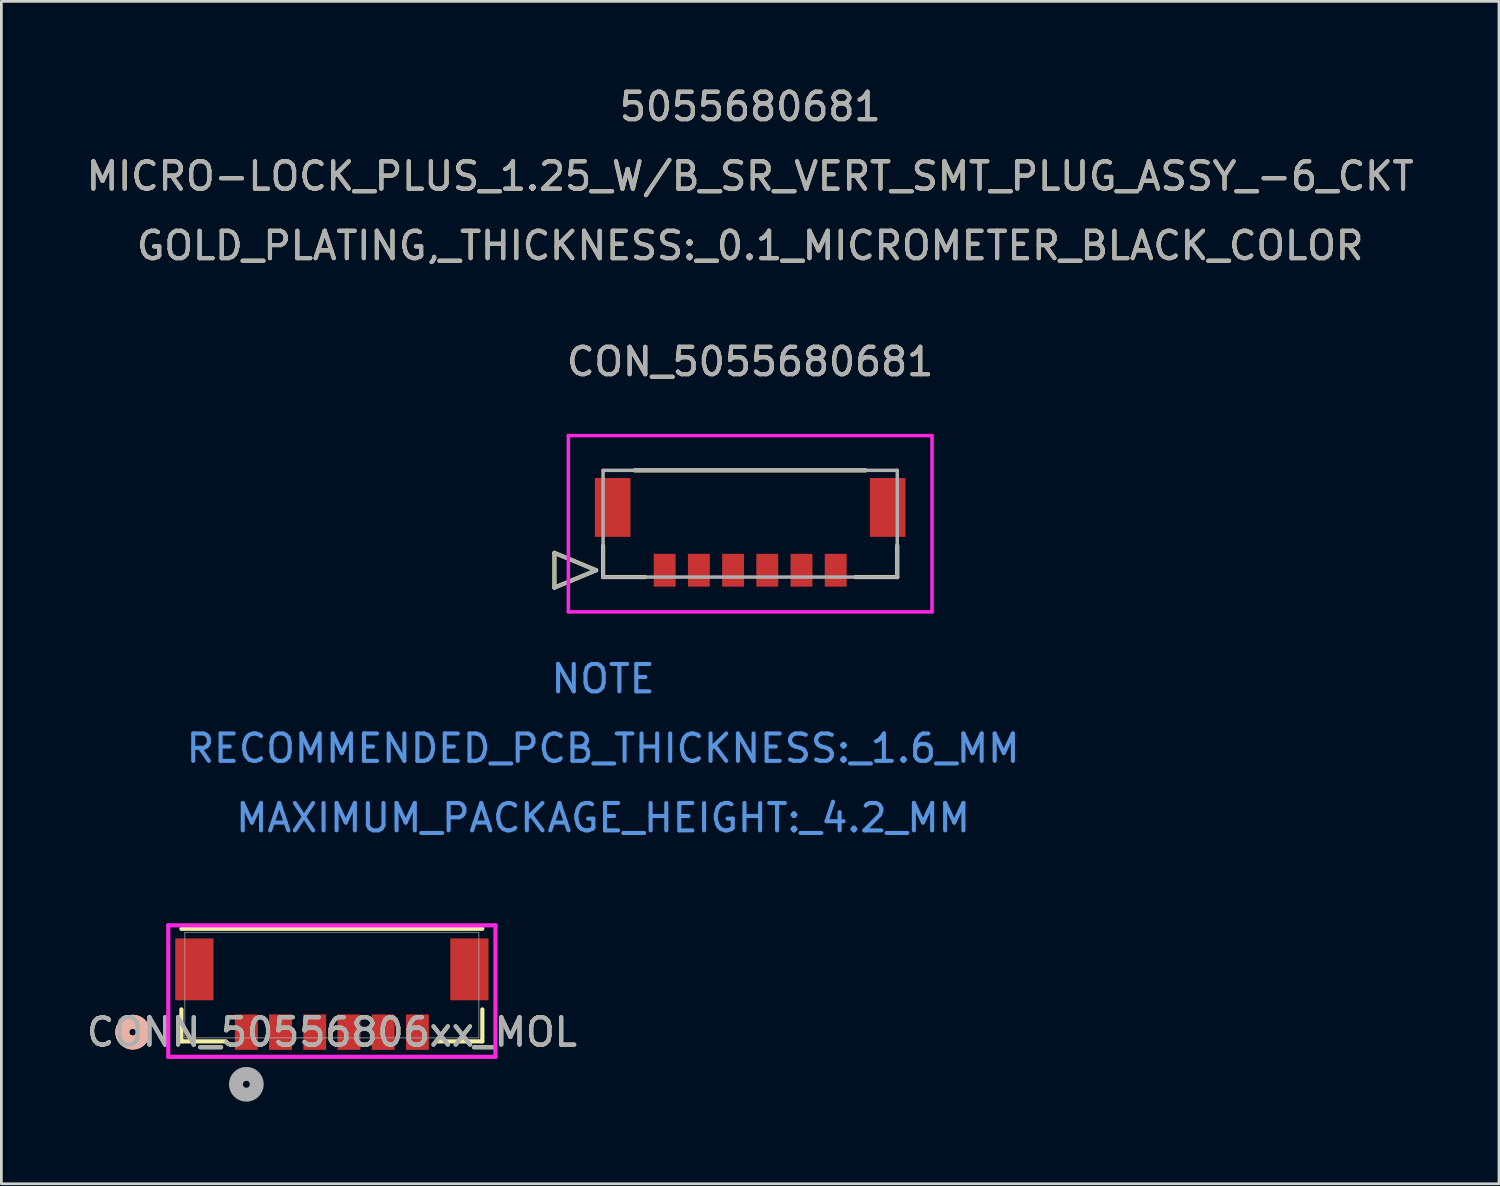
<source format=kicad_pcb>
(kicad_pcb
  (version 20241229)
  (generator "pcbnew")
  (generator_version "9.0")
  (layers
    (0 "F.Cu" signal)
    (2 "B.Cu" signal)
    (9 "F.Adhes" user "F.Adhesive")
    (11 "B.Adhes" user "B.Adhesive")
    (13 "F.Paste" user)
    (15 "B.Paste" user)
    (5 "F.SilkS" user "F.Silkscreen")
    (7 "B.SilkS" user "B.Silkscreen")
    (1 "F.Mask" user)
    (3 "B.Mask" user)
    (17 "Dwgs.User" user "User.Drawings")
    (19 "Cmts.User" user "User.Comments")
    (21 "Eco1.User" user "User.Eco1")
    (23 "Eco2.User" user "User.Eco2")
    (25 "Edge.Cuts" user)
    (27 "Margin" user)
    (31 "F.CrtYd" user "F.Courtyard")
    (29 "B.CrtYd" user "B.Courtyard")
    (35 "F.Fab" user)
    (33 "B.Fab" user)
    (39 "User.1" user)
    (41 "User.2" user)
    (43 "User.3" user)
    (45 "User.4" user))
  (footprint "CON_5055680681"
    (layer "F.Cu")
    (at 21.238 17.788)
    (property "Reference" "CON_5055680681" (at 3.125 -7.62 0) (unlocked yes) (layer "F.SilkS") (effects (font (size 1 1) (thickness 0.15))))
    (attr smd)
    (fp_line (start -4.028 -0.635) (end -4.028 0.635) (stroke (width 0.152) (type solid)) (layer "F.SilkS"))
    (fp_line (start -4.028 0.635) (end -2.504 0) (stroke (width 0.152) (type solid)) (layer "F.SilkS"))
    (fp_line (start -2.504 0) (end -4.028 -0.635) (stroke (width 0.152) (type solid)) (layer "F.SilkS"))
    (fp_line (start -2.25 -0.9) (end -2.25 0.25) (stroke (width 0.152) (type solid)) (layer "F.SilkS"))
    (fp_line (start -2.25 0.25) (end -0.72 0.25) (stroke (width 0.152) (type solid)) (layer "F.SilkS"))
    (fp_line (start 6.97 0.25) (end 8.5 0.25) (stroke (width 0.152) (type solid)) (layer "F.SilkS"))
    (fp_line (start 7.345 -3.65) (end -1.095 -3.65) (stroke (width 0.152) (type solid)) (layer "F.SilkS"))
    (fp_line (start 8.5 0.25) (end 8.5 -0.9) (stroke (width 0.152) (type solid)) (layer "F.SilkS"))
    (fp_line (start -3.52 -4.92) (end -3.52 1.52) (stroke (width 0.127) (type solid)) (layer "F.CrtYd"))
    (fp_line (start -3.52 1.52) (end 9.77 1.52) (stroke (width 0.127) (type solid)) (layer "F.CrtYd"))
    (fp_line (start 9.77 -4.92) (end -3.52 -4.92) (stroke (width 0.127) (type solid)) (layer "F.CrtYd"))
    (fp_line (start 9.77 1.52) (end 9.77 -4.92) (stroke (width 0.127) (type solid)) (layer "F.CrtYd"))
    (fp_line (start -4.028 -0.635) (end -4.028 0.635) (stroke (width 0.127) (type solid)) (layer "F.Fab"))
    (fp_line (start -4.028 0.635) (end -2.504 0) (stroke (width 0.127) (type solid)) (layer "F.Fab"))
    (fp_line (start -2.504 0) (end -4.028 -0.635) (stroke (width 0.127) (type solid)) (layer "F.Fab"))
    (fp_line (start -2.25 -3.65) (end -2.25 0.25) (stroke (width 0.127) (type solid)) (layer "F.Fab"))
    (fp_line (start -2.25 0.25) (end 8.5 0.25) (stroke (width 0.127) (type solid)) (layer "F.Fab"))
    (fp_line (start 8.5 -3.65) (end -2.25 -3.65) (stroke (width 0.127) (type solid)) (layer "F.Fab"))
    (fp_line (start 8.5 0.25) (end 8.5 -3.65) (stroke (width 0.127) (type solid)) (layer "F.Fab"))
    (fp_text user "GOLD_PLATING,_THICKNESS:_0.1_MICROMETER_BLACK_COLOR" (at 3.125 -11.86 0) (unlocked yes) (layer "F.SilkS") (effects (font (size 1 1) (thickness 0.15))))
    (fp_text user "MICRO-LOCK_PLUS_1.25_W/B_SR_VERT_SMT_PLUG_ASSY_-6_CKT" (at 3.125 -14.4 0) (unlocked yes) (layer "F.SilkS") (effects (font (size 1 1) (thickness 0.15))))
    (fp_text user "5055680681" (at 3.125 -16.94 0) (unlocked yes) (layer "F.SilkS") (effects (font (size 1 1) (thickness 0.15))))
    (fp_text user "NOTE" (at -2.25 3.97 0) (unlocked yes) (layer "Cmts.User") (effects (font (size 1 1) (thickness 0.15))))
    (fp_text user "MAXIMUM_PACKAGE_HEIGHT:_4.2_MM" (at -2.25 9.05 0) (unlocked yes) (layer "Cmts.User") (effects (font (size 1 1) (thickness 0.15))))
    (fp_text user "RECOMMENDED_PCB_THICKNESS:_1.6_MM" (at -2.25 6.51 0) (unlocked yes) (layer "Cmts.User") (effects (font (size 1 1) (thickness 0.15))))
    (fp_text user "GOLD_PLATING,_THICKNESS:_0.1_MICROMETER_BLACK_COLOR" (at 3.125 -11.86 0) (unlocked yes) (layer "F.Fab") (effects (font (size 1 1) (thickness 0.15))))
    (fp_text user "MICRO-LOCK_PLUS_1.25_W/B_SR_VERT_SMT_PLUG_ASSY_-6_CKT" (at 3.125 -14.4 0) (unlocked yes) (layer "F.Fab") (effects (font (size 1 1) (thickness 0.15))))
    (fp_text user "${REFERENCE}" (at 3.125 -7.62 0) (unlocked yes) (layer "F.Fab") (effects (font (size 1 1) (thickness 0.15))))
    (fp_text user "5055680681" (at 3.125 -16.94 0) (unlocked yes) (layer "F.Fab") (effects (font (size 1 1) (thickness 0.15))))
    (pad "1" smd rect (at 0 0) (size 0.8 1.2) (layers "F.Cu" "F.Mask" "F.Paste"))
    (pad "2" smd rect (at 1.25 0) (size 0.8 1.2) (layers "F.Cu" "F.Mask" "F.Paste"))
    (pad "3" smd rect (at 2.5 0) (size 0.8 1.2) (layers "F.Cu" "F.Mask" "F.Paste"))
    (pad "4" smd rect (at 3.75 0) (size 0.8 1.2) (layers "F.Cu" "F.Mask" "F.Paste"))
    (pad "5" smd rect (at 5 0) (size 0.8 1.2) (layers "F.Cu" "F.Mask" "F.Paste"))
    (pad "6" smd rect (at 6.25 0) (size 0.8 1.2) (layers "F.Cu" "F.Mask" "F.Paste"))
    (pad "7" smd rect (at -1.9 -2.295) (size 1.3 2.15) (layers "F.Cu" "F.Mask" "F.Paste"))
    (pad "8" smd rect (at 8.15 -2.295) (size 1.3 2.15) (layers "F.Cu" "F.Mask" "F.Paste")))
  (footprint "CONN_50556806xx_MOL"
    (layer "F.Cu")
    (at 9.077 32.947)
    (property "Reference" "CONN_50556806xx_MOL" (at 0 1.72 0) (unlocked yes) (layer "F.SilkS") (effects (font (size 1 1) (thickness 0.15))))
    (attr smd)
    (fp_line (start -5.499 0.888) (end -5.499 2.057) (stroke (width 0.152) (type solid)) (layer "F.SilkS"))
    (fp_line (start -5.499 2.057) (end -3.877 2.057) (stroke (width 0.152) (type solid)) (layer "F.SilkS"))
    (fp_line (start 3.877 2.057) (end 5.499 2.057) (stroke (width 0.152) (type solid)) (layer "F.SilkS"))
    (fp_line (start 5.499 -2.057) (end -5.499 -2.057) (stroke (width 0.152) (type solid)) (layer "F.SilkS"))
    (fp_line (start 5.499 2.057) (end 5.499 0.888) (stroke (width 0.152) (type solid)) (layer "F.SilkS"))
    (fp_circle (center -7.277 1.72) (end -6.896 1.72) (stroke (width 0.508) (type solid)) (fill no) (layer "F.SilkS"))
    (fp_circle (center -7.277 1.72) (end -6.896 1.72) (stroke (width 0.508) (type solid)) (fill no) (layer "B.SilkS"))
    (fp_line (start -5.978 -2.184) (end -5.978 2.621) (stroke (width 0.152) (type solid)) (layer "F.CrtYd"))
    (fp_line (start -5.978 2.621) (end 5.978 2.621) (stroke (width 0.152) (type solid)) (layer "F.CrtYd"))
    (fp_line (start 5.978 -2.184) (end -5.978 -2.184) (stroke (width 0.152) (type solid)) (layer "F.CrtYd"))
    (fp_line (start 5.978 2.621) (end 5.978 -2.184) (stroke (width 0.152) (type solid)) (layer "F.CrtYd"))
    (fp_line (start -5.372 -1.93) (end -5.372 1.93) (stroke (width 0.025) (type solid)) (layer "F.Fab"))
    (fp_line (start -5.372 1.93) (end 5.372 1.93) (stroke (width 0.025) (type solid)) (layer "F.Fab"))
    (fp_line (start 5.372 -1.93) (end -5.372 -1.93) (stroke (width 0.025) (type solid)) (layer "F.Fab"))
    (fp_line (start 5.372 1.93) (end 5.372 -1.93) (stroke (width 0.025) (type solid)) (layer "F.Fab"))
    (fp_circle (center -3.125 3.625) (end -2.744 3.625) (stroke (width 0.508) (type solid)) (fill no) (layer "F.Fab"))
    (fp_text user "${REFERENCE}" (at 0 1.72 0) (unlocked yes) (layer "F.Fab") (effects (font (size 1 1) (thickness 0.15))))
    (pad "1" smd rect (at -3.125 1.72) (size 0.838 1.295) (layers "F.Cu" "F.Mask" "F.Paste"))
    (pad "2" smd rect (at -1.875 1.72) (size 0.838 1.295) (layers "F.Cu" "F.Mask" "F.Paste"))
    (pad "3" smd rect (at -0.625 1.72) (size 0.838 1.295) (layers "F.Cu" "F.Mask" "F.Paste"))
    (pad "4" smd rect (at 0.625 1.72) (size 0.838 1.295) (layers "F.Cu" "F.Mask" "F.Paste"))
    (pad "5" smd rect (at 1.875 1.72) (size 0.838 1.295) (layers "F.Cu" "F.Mask" "F.Paste"))
    (pad "6" smd rect (at 3.125 1.72) (size 0.838 1.295) (layers "F.Cu" "F.Mask" "F.Paste"))
    (pad "7" smd rect (at -5.025 -0.575) (size 1.397 2.261) (layers "F.Cu" "F.Mask" "F.Paste"))
    (pad "8" smd rect (at 5.025 -0.575) (size 1.397 2.261) (layers "F.Cu" "F.Mask" "F.Paste")))
  (gr_rect
    (start -3 -3)
    (end 51.726 40.207)
    (stroke (width 0.1) (type default))
    (fill no)
    (layer "Edge.Cuts")))
</source>
